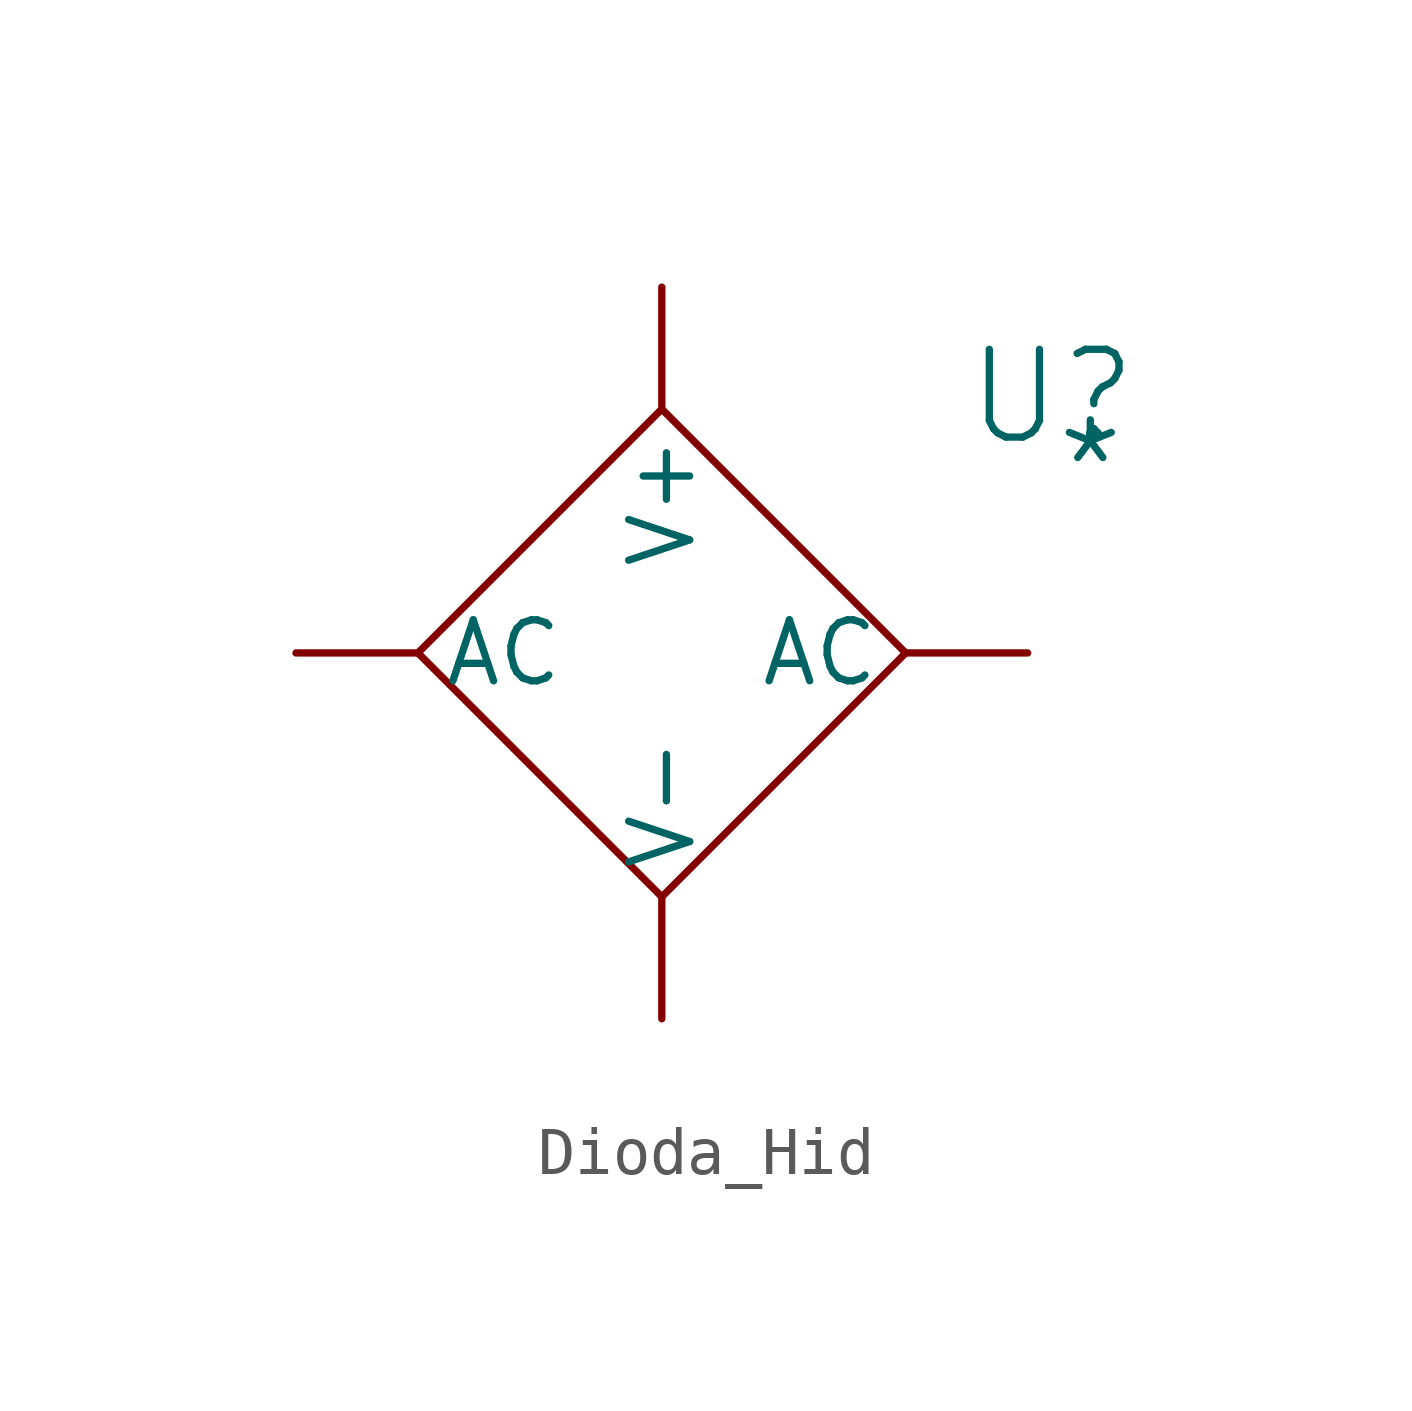
<source format=kicad_sym>
(kicad_symbol_lib
  (version 20241209)
  (generator "kicad_symbol_editor")
  (generator_version "9.0")
  (symbol "Dioda_Hid"
    (pin_numbers
      (hide yes))
    (property "Reference" "U"
      (at 13.208 0.254 0)
      (effects (font (size 1.829 1.829))))
    (property "Value" "*"
      (at 13.208 -2.286 0)
      (effects (font (size 1.829 1.829)) (justify left bottom)))
    (symbol "Dioda_Hid_1_0"
      (polyline (pts (xy 0 -5.08) (xy 5.08 -10.16)) (stroke (width 0) (type solid)) (fill (type none)))
      (polyline (pts (xy 5.08 0) (xy 0 -5.08)) (stroke (width 0) (type solid)) (fill (type none)))
      (polyline (pts (xy 5.08 -10.16) (xy 10.16 -5.08)) (stroke (width 0) (type solid)) (fill (type none)))
      (polyline (pts (xy 10.16 -5.08) (xy 5.08 0)) (stroke (width 0) (type solid)) (fill (type none)))
      (pin power_in line (at -2.54 -5.08 0) (length 2.54) (name "AC" (effects (font (size 1.27 1.27)))) (number "1" (effects (font (size 1.27 1.27)))))
      (pin power_in line (at 5.08 2.54 270) (length 2.54) (name "V+" (effects (font (size 1.27 1.27)))) (number "2" (effects (font (size 1.27 1.27)))))
      (pin power_in line (at 5.08 -12.7 90) (length 2.54) (name "V-" (effects (font (size 1.27 1.27)))) (number "4" (effects (font (size 1.27 1.27)))))
      (pin power_in line (at 12.7 -5.08 180) (length 2.54) (name "AC" (effects (font (size 1.27 1.27)))) (number "3" (effects (font (size 1.27 1.27))))))))
</source>
